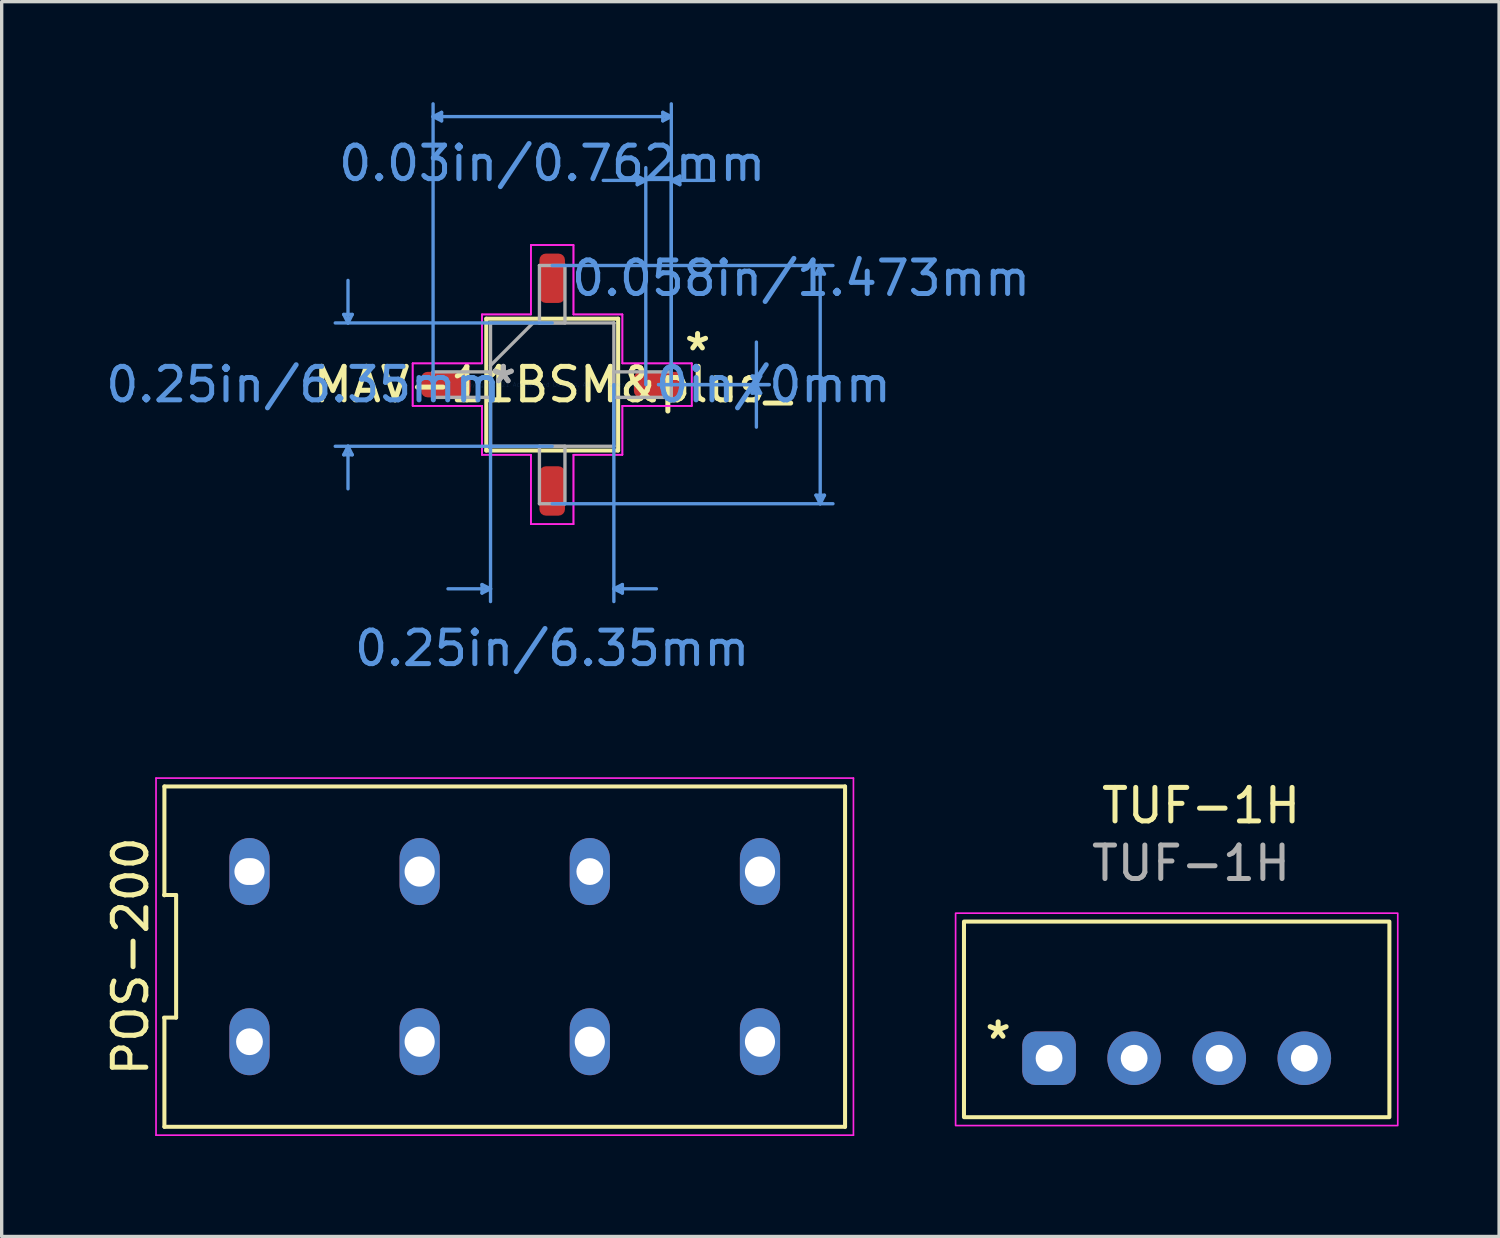
<source format=kicad_pcb>
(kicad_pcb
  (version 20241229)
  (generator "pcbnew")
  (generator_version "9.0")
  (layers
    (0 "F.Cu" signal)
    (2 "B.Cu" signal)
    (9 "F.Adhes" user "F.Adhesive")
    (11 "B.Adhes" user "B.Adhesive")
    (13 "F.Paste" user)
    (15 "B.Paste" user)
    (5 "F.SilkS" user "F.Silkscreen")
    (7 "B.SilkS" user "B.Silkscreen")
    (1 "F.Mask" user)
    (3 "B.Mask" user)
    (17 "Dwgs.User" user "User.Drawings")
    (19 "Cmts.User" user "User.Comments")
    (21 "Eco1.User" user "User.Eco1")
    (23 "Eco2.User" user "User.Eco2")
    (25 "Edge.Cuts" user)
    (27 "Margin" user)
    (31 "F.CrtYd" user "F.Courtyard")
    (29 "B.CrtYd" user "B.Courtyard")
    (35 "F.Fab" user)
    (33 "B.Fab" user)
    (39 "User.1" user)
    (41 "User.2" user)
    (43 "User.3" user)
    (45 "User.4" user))
  (footprint "POS-200"
    (layer "F.Cu")
    (at 12.018 25.509)
    (property "Reference" "POS-200" (at -11.17 -0.01 90) (layer "F.SilkS") (effects (font (size 1 1) (thickness 0.15))))
    (fp_line (start -10.17 1.82) (end -9.81 1.82) (stroke (width 0.12) (type solid)) (layer "F.SilkS"))
    (fp_line (start -10.16 -5.08) (end 10.16 -5.08) (stroke (width 0.12) (type solid)) (layer "F.SilkS"))
    (fp_line (start -10.16 -1.83) (end -10.16 -5.08) (stroke (width 0.12) (type solid)) (layer "F.SilkS"))
    (fp_line (start -10.16 5.08) (end -10.16 1.83) (stroke (width 0.12) (type solid)) (layer "F.SilkS"))
    (fp_line (start -9.81 -1.84) (end -10.17 -1.84) (stroke (width 0.12) (type solid)) (layer "F.SilkS"))
    (fp_line (start -9.81 1.82) (end -9.81 -1.84) (stroke (width 0.12) (type solid)) (layer "F.SilkS"))
    (fp_line (start 10.16 -5.08) (end 10.16 5.08) (stroke (width 0.12) (type solid)) (layer "F.SilkS"))
    (fp_line (start 10.16 5.08) (end -10.16 5.08) (stroke (width 0.12) (type solid)) (layer "F.SilkS"))
    (fp_line (start -10.41 -5.33) (end 10.41 -5.33) (stroke (width 0.05) (type solid)) (layer "F.CrtYd"))
    (fp_line (start -10.41 5.33) (end -10.41 -5.33) (stroke (width 0.05) (type solid)) (layer "F.CrtYd"))
    (fp_line (start 10.41 -5.33) (end 10.41 5.33) (stroke (width 0.05) (type solid)) (layer "F.CrtYd"))
    (fp_line (start 10.41 5.33) (end -10.41 5.33) (stroke (width 0.05) (type solid)) (layer "F.CrtYd"))
    (pad "1" thru_hole oval (at -7.62 2.54) (size 1.2 2) (drill 0.8) (layers "*.Cu" "*.Mask"))
    (pad "2" thru_hole oval (at -7.62 -2.54) (size 1.2 2) (drill oval 0.9 0.8) (layers "*.Cu" "*.Mask"))
    (pad "3" thru_hole oval (at -2.54 2.54) (size 1.2 2) (drill 0.9) (layers "*.Cu" "*.Mask"))
    (pad "4" thru_hole oval (at -2.54 -2.54) (size 1.2 2) (drill 0.9) (layers "*.Cu" "*.Mask"))
    (pad "5" thru_hole oval (at 2.54 2.54) (size 1.2 2) (drill 0.9) (layers "*.Cu" "*.Mask"))
    (pad "6" thru_hole oval (at 2.54 -2.54) (size 1.2 2) (drill 0.8) (layers "*.Cu" "*.Mask"))
    (pad "7" thru_hole oval (at 7.62 2.54) (size 1.2 2) (drill 0.9) (layers "*.Cu" "*.Mask"))
    (pad "8" thru_hole oval (at 7.62 -2.54) (size 1.2 2) (drill 0.9) (layers "*.Cu" "*.Mask")))
  (footprint "MAV-11BSM&plus_"
    (layer "F.Cu")
    (at 13.435 8.432)
    (property "Reference" "MAV-11BSM&plus_" (at 0 0 0) (layer "F.SilkS") (effects (font (size 1 1) (thickness 0.15))))
    (attr smd)
    (fp_line (start -1.968 -1.968) (end -1.968 1.968) (stroke (width 0.12) (type solid)) (layer "F.SilkS"))
    (fp_line (start -1.968 1.968) (end 1.968 1.968) (stroke (width 0.12) (type solid)) (layer "F.SilkS"))
    (fp_line (start 1.968 -1.968) (end -1.968 -1.968) (stroke (width 0.12) (type solid)) (layer "F.SilkS"))
    (fp_line (start 1.968 1.968) (end 1.968 -1.968) (stroke (width 0.12) (type solid)) (layer "F.SilkS"))
    (fp_line (start -6.223 -2.095) (end -5.969 -2.095) (stroke (width 0.1) (type solid)) (layer "Cmts.User"))
    (fp_line (start -6.223 2.095) (end -5.969 2.095) (stroke (width 0.1) (type solid)) (layer "Cmts.User"))
    (fp_line (start -6.096 -1.841) (end -6.223 -2.095) (stroke (width 0.1) (type solid)) (layer "Cmts.User"))
    (fp_line (start -6.096 -1.841) (end -6.096 -3.111) (stroke (width 0.1) (type solid)) (layer "Cmts.User"))
    (fp_line (start -6.096 -1.841) (end -5.969 -2.095) (stroke (width 0.1) (type solid)) (layer "Cmts.User"))
    (fp_line (start -6.096 1.841) (end -6.223 2.095) (stroke (width 0.1) (type solid)) (layer "Cmts.User"))
    (fp_line (start -6.096 1.841) (end -6.096 3.111) (stroke (width 0.1) (type solid)) (layer "Cmts.User"))
    (fp_line (start -6.096 1.841) (end -5.969 2.095) (stroke (width 0.1) (type solid)) (layer "Cmts.User"))
    (fp_line (start -3.556 -8.001) (end -3.302 -8.128) (stroke (width 0.1) (type solid)) (layer "Cmts.User"))
    (fp_line (start -3.556 -8.001) (end -3.302 -7.874) (stroke (width 0.1) (type solid)) (layer "Cmts.User"))
    (fp_line (start -3.556 -8.001) (end 3.556 -8.001) (stroke (width 0.1) (type solid)) (layer "Cmts.User"))
    (fp_line (start -3.556 0) (end -3.556 -8.382) (stroke (width 0.1) (type solid)) (layer "Cmts.User"))
    (fp_line (start -3.302 -8.128) (end -3.302 -7.874) (stroke (width 0.1) (type solid)) (layer "Cmts.User"))
    (fp_line (start -2.095 5.969) (end -2.095 6.223) (stroke (width 0.1) (type solid)) (layer "Cmts.User"))
    (fp_line (start -1.841 0) (end -1.841 6.477) (stroke (width 0.1) (type solid)) (layer "Cmts.User"))
    (fp_line (start -1.841 6.096) (end -3.111 6.096) (stroke (width 0.1) (type solid)) (layer "Cmts.User"))
    (fp_line (start -1.841 6.096) (end -2.095 5.969) (stroke (width 0.1) (type solid)) (layer "Cmts.User"))
    (fp_line (start -1.841 6.096) (end -2.095 6.223) (stroke (width 0.1) (type solid)) (layer "Cmts.User"))
    (fp_line (start 0 -3.556) (end 8.382 -3.556) (stroke (width 0.1) (type solid)) (layer "Cmts.User"))
    (fp_line (start 0 -1.841) (end -6.477 -1.841) (stroke (width 0.1) (type solid)) (layer "Cmts.User"))
    (fp_line (start 0 1.841) (end -6.477 1.841) (stroke (width 0.1) (type solid)) (layer "Cmts.User"))
    (fp_line (start 0 3.556) (end 8.382 3.556) (stroke (width 0.1) (type solid)) (layer "Cmts.User"))
    (fp_line (start 1.841 0) (end 1.841 6.477) (stroke (width 0.1) (type solid)) (layer "Cmts.User"))
    (fp_line (start 1.841 6.096) (end 2.095 5.969) (stroke (width 0.1) (type solid)) (layer "Cmts.User"))
    (fp_line (start 1.841 6.096) (end 2.095 6.223) (stroke (width 0.1) (type solid)) (layer "Cmts.User"))
    (fp_line (start 1.841 6.096) (end 3.111 6.096) (stroke (width 0.1) (type solid)) (layer "Cmts.User"))
    (fp_line (start 2.095 5.969) (end 2.095 6.223) (stroke (width 0.1) (type solid)) (layer "Cmts.User"))
    (fp_line (start 2.54 -6.223) (end 2.54 -5.969) (stroke (width 0.1) (type solid)) (layer "Cmts.User"))
    (fp_line (start 2.794 -6.096) (end 1.524 -6.096) (stroke (width 0.1) (type solid)) (layer "Cmts.User"))
    (fp_line (start 2.794 -6.096) (end 2.54 -6.223) (stroke (width 0.1) (type solid)) (layer "Cmts.User"))
    (fp_line (start 2.794 -6.096) (end 2.54 -5.969) (stroke (width 0.1) (type solid)) (layer "Cmts.User"))
    (fp_line (start 2.794 0) (end 2.794 -6.477) (stroke (width 0.1) (type solid)) (layer "Cmts.User"))
    (fp_line (start 3.175 0) (end 6.477 0) (stroke (width 0.1) (type solid)) (layer "Cmts.User"))
    (fp_line (start 3.175 0) (end 6.477 0) (stroke (width 0.1) (type solid)) (layer "Cmts.User"))
    (fp_line (start 3.302 -8.128) (end 3.302 -7.874) (stroke (width 0.1) (type solid)) (layer "Cmts.User"))
    (fp_line (start 3.556 -8.001) (end 3.302 -8.128) (stroke (width 0.1) (type solid)) (layer "Cmts.User"))
    (fp_line (start 3.556 -8.001) (end 3.302 -7.874) (stroke (width 0.1) (type solid)) (layer "Cmts.User"))
    (fp_line (start 3.556 -6.096) (end 3.81 -6.223) (stroke (width 0.1) (type solid)) (layer "Cmts.User"))
    (fp_line (start 3.556 -6.096) (end 3.81 -5.969) (stroke (width 0.1) (type solid)) (layer "Cmts.User"))
    (fp_line (start 3.556 -6.096) (end 4.826 -6.096) (stroke (width 0.1) (type solid)) (layer "Cmts.User"))
    (fp_line (start 3.556 0) (end 3.556 -8.382) (stroke (width 0.1) (type solid)) (layer "Cmts.User"))
    (fp_line (start 3.556 0) (end 3.556 -6.477) (stroke (width 0.1) (type solid)) (layer "Cmts.User"))
    (fp_line (start 3.81 -6.223) (end 3.81 -5.969) (stroke (width 0.1) (type solid)) (layer "Cmts.User"))
    (fp_line (start 5.969 -0.254) (end 6.223 -0.254) (stroke (width 0.1) (type solid)) (layer "Cmts.User"))
    (fp_line (start 5.969 0.254) (end 6.223 0.254) (stroke (width 0.1) (type solid)) (layer "Cmts.User"))
    (fp_line (start 6.096 0) (end 5.969 -0.254) (stroke (width 0.1) (type solid)) (layer "Cmts.User"))
    (fp_line (start 6.096 0) (end 5.969 0.254) (stroke (width 0.1) (type solid)) (layer "Cmts.User"))
    (fp_line (start 6.096 0) (end 6.096 -1.27) (stroke (width 0.1) (type solid)) (layer "Cmts.User"))
    (fp_line (start 6.096 0) (end 6.096 1.27) (stroke (width 0.1) (type solid)) (layer "Cmts.User"))
    (fp_line (start 6.096 0) (end 6.223 -0.254) (stroke (width 0.1) (type solid)) (layer "Cmts.User"))
    (fp_line (start 6.096 0) (end 6.223 0.254) (stroke (width 0.1) (type solid)) (layer "Cmts.User"))
    (fp_line (start 7.874 -3.302) (end 8.128 -3.302) (stroke (width 0.1) (type solid)) (layer "Cmts.User"))
    (fp_line (start 7.874 3.302) (end 8.128 3.302) (stroke (width 0.1) (type solid)) (layer "Cmts.User"))
    (fp_line (start 8.001 -3.556) (end 7.874 -3.302) (stroke (width 0.1) (type solid)) (layer "Cmts.User"))
    (fp_line (start 8.001 -3.556) (end 8.001 3.556) (stroke (width 0.1) (type solid)) (layer "Cmts.User"))
    (fp_line (start 8.001 -3.556) (end 8.128 -3.302) (stroke (width 0.1) (type solid)) (layer "Cmts.User"))
    (fp_line (start 8.001 3.556) (end 7.874 3.302) (stroke (width 0.1) (type solid)) (layer "Cmts.User"))
    (fp_line (start 8.001 3.556) (end 8.128 3.302) (stroke (width 0.1) (type solid)) (layer "Cmts.User"))
    (fp_line (start -4.166 -0.635) (end -2.095 -0.635) (stroke (width 0.05) (type solid)) (layer "F.CrtYd"))
    (fp_line (start -4.166 -0.635) (end -2.095 -0.635) (stroke (width 0.05) (type solid)) (layer "F.CrtYd"))
    (fp_line (start -4.166 0.635) (end -4.166 -0.635) (stroke (width 0.05) (type solid)) (layer "F.CrtYd"))
    (fp_line (start -4.166 0.635) (end -4.166 -0.635) (stroke (width 0.05) (type solid)) (layer "F.CrtYd"))
    (fp_line (start -2.095 -2.095) (end -0.635 -2.095) (stroke (width 0.05) (type solid)) (layer "F.CrtYd"))
    (fp_line (start -2.095 -2.095) (end -0.635 -2.095) (stroke (width 0.05) (type solid)) (layer "F.CrtYd"))
    (fp_line (start -2.095 -0.635) (end -2.095 -2.095) (stroke (width 0.05) (type solid)) (layer "F.CrtYd"))
    (fp_line (start -2.095 -0.635) (end -2.095 -2.095) (stroke (width 0.05) (type solid)) (layer "F.CrtYd"))
    (fp_line (start -2.095 0.635) (end -4.166 0.635) (stroke (width 0.05) (type solid)) (layer "F.CrtYd"))
    (fp_line (start -2.095 0.635) (end -4.166 0.635) (stroke (width 0.05) (type solid)) (layer "F.CrtYd"))
    (fp_line (start -2.095 2.095) (end -2.095 0.635) (stroke (width 0.05) (type solid)) (layer "F.CrtYd"))
    (fp_line (start -2.095 2.095) (end -2.095 0.635) (stroke (width 0.05) (type solid)) (layer "F.CrtYd"))
    (fp_line (start -2.095 2.095) (end -0.635 2.095) (stroke (width 0.05) (type solid)) (layer "F.CrtYd"))
    (fp_line (start -0.635 -4.166) (end 0.635 -4.166) (stroke (width 0.05) (type solid)) (layer "F.CrtYd"))
    (fp_line (start -0.635 -4.166) (end 0.635 -4.166) (stroke (width 0.05) (type solid)) (layer "F.CrtYd"))
    (fp_line (start -0.635 -2.095) (end -0.635 -4.166) (stroke (width 0.05) (type solid)) (layer "F.CrtYd"))
    (fp_line (start -0.635 -2.095) (end -0.635 -4.166) (stroke (width 0.05) (type solid)) (layer "F.CrtYd"))
    (fp_line (start -0.635 2.095) (end -2.095 2.095) (stroke (width 0.05) (type solid)) (layer "F.CrtYd"))
    (fp_line (start -0.635 2.095) (end -0.635 4.166) (stroke (width 0.05) (type solid)) (layer "F.CrtYd"))
    (fp_line (start -0.635 4.166) (end -0.635 2.095) (stroke (width 0.05) (type solid)) (layer "F.CrtYd"))
    (fp_line (start -0.635 4.166) (end 0.635 4.166) (stroke (width 0.05) (type solid)) (layer "F.CrtYd"))
    (fp_line (start 0.635 -4.166) (end 0.635 -2.095) (stroke (width 0.05) (type solid)) (layer "F.CrtYd"))
    (fp_line (start 0.635 -4.166) (end 0.635 -2.095) (stroke (width 0.05) (type solid)) (layer "F.CrtYd"))
    (fp_line (start 0.635 -2.095) (end 2.095 -2.095) (stroke (width 0.05) (type solid)) (layer "F.CrtYd"))
    (fp_line (start 0.635 -2.095) (end 2.095 -2.095) (stroke (width 0.05) (type solid)) (layer "F.CrtYd"))
    (fp_line (start 0.635 2.095) (end 0.635 4.166) (stroke (width 0.05) (type solid)) (layer "F.CrtYd"))
    (fp_line (start 0.635 2.095) (end 2.095 2.095) (stroke (width 0.05) (type solid)) (layer "F.CrtYd"))
    (fp_line (start 0.635 4.166) (end -0.635 4.166) (stroke (width 0.05) (type solid)) (layer "F.CrtYd"))
    (fp_line (start 0.635 4.166) (end 0.635 2.095) (stroke (width 0.05) (type solid)) (layer "F.CrtYd"))
    (fp_line (start 2.095 -2.095) (end 2.095 -0.635) (stroke (width 0.05) (type solid)) (layer "F.CrtYd"))
    (fp_line (start 2.095 -0.635) (end 2.095 -2.095) (stroke (width 0.05) (type solid)) (layer "F.CrtYd"))
    (fp_line (start 2.095 -0.635) (end 4.166 -0.635) (stroke (width 0.05) (type solid)) (layer "F.CrtYd"))
    (fp_line (start 2.095 0.635) (end 2.095 2.095) (stroke (width 0.05) (type solid)) (layer "F.CrtYd"))
    (fp_line (start 2.095 0.635) (end 4.166 0.635) (stroke (width 0.05) (type solid)) (layer "F.CrtYd"))
    (fp_line (start 2.095 2.095) (end 0.635 2.095) (stroke (width 0.05) (type solid)) (layer "F.CrtYd"))
    (fp_line (start 2.095 2.095) (end 2.095 0.635) (stroke (width 0.05) (type solid)) (layer "F.CrtYd"))
    (fp_line (start 4.166 -0.635) (end 2.095 -0.635) (stroke (width 0.05) (type solid)) (layer "F.CrtYd"))
    (fp_line (start 4.166 -0.635) (end 4.166 0.635) (stroke (width 0.05) (type solid)) (layer "F.CrtYd"))
    (fp_line (start 4.166 0.635) (end 2.095 0.635) (stroke (width 0.05) (type solid)) (layer "F.CrtYd"))
    (fp_line (start 4.166 0.635) (end 4.166 -0.635) (stroke (width 0.05) (type solid)) (layer "F.CrtYd"))
    (fp_line (start -3.556 -0.381) (end -3.556 0.381) (stroke (width 0.1) (type solid)) (layer "F.Fab"))
    (fp_line (start -3.556 0.381) (end -1.841 0.381) (stroke (width 0.1) (type solid)) (layer "F.Fab"))
    (fp_line (start -1.841 -1.841) (end -1.841 -1.841) (stroke (width 0.1) (type solid)) (layer "F.Fab"))
    (fp_line (start -1.841 -1.841) (end -1.841 1.841) (stroke (width 0.1) (type solid)) (layer "F.Fab"))
    (fp_line (start -1.841 -0.572) (end -0.572 -1.841) (stroke (width 0.1) (type solid)) (layer "F.Fab"))
    (fp_line (start -1.841 -0.381) (end -3.556 -0.381) (stroke (width 0.1) (type solid)) (layer "F.Fab"))
    (fp_line (start -1.841 0.381) (end -1.841 -0.381) (stroke (width 0.1) (type solid)) (layer "F.Fab"))
    (fp_line (start -1.841 1.841) (end -1.841 1.841) (stroke (width 0.1) (type solid)) (layer "F.Fab"))
    (fp_line (start -1.841 1.841) (end 1.841 1.841) (stroke (width 0.1) (type solid)) (layer "F.Fab"))
    (fp_line (start -0.381 -3.556) (end -0.381 -1.841) (stroke (width 0.1) (type solid)) (layer "F.Fab"))
    (fp_line (start -0.381 -1.841) (end 0.381 -1.841) (stroke (width 0.1) (type solid)) (layer "F.Fab"))
    (fp_line (start -0.381 1.841) (end -0.381 3.556) (stroke (width 0.1) (type solid)) (layer "F.Fab"))
    (fp_line (start -0.381 3.556) (end 0.381 3.556) (stroke (width 0.1) (type solid)) (layer "F.Fab"))
    (fp_line (start 0.381 -3.556) (end -0.381 -3.556) (stroke (width 0.1) (type solid)) (layer "F.Fab"))
    (fp_line (start 0.381 -1.841) (end 0.381 -3.556) (stroke (width 0.1) (type solid)) (layer "F.Fab"))
    (fp_line (start 0.381 1.841) (end -0.381 1.841) (stroke (width 0.1) (type solid)) (layer "F.Fab"))
    (fp_line (start 0.381 3.556) (end 0.381 1.841) (stroke (width 0.1) (type solid)) (layer "F.Fab"))
    (fp_line (start 1.841 -1.841) (end -1.841 -1.841) (stroke (width 0.1) (type solid)) (layer "F.Fab"))
    (fp_line (start 1.841 -1.841) (end 1.841 -1.841) (stroke (width 0.1) (type solid)) (layer "F.Fab"))
    (fp_line (start 1.841 -0.381) (end 1.841 0.381) (stroke (width 0.1) (type solid)) (layer "F.Fab"))
    (fp_line (start 1.841 0.381) (end 3.556 0.381) (stroke (width 0.1) (type solid)) (layer "F.Fab"))
    (fp_line (start 1.841 1.841) (end 1.841 -1.841) (stroke (width 0.1) (type solid)) (layer "F.Fab"))
    (fp_line (start 1.841 1.841) (end 1.841 1.841) (stroke (width 0.1) (type solid)) (layer "F.Fab"))
    (fp_line (start 3.556 -0.381) (end 1.841 -0.381) (stroke (width 0.1) (type solid)) (layer "F.Fab"))
    (fp_line (start 3.556 0.381) (end 3.556 -0.381) (stroke (width 0.1) (type solid)) (layer "F.Fab"))
    (fp_text user "*" (at 4.34 -0.98 0) (layer "F.SilkS") (effects (font (size 1 1) (thickness 0.15))))
    (fp_text user "0.25in/6.35mm" (at 0 7.874 0) (layer "Cmts.User") (effects (font (size 1 1) (thickness 0.15))))
    (fp_text user "Copyright 2021 Accelerated Designs. All rights reserved." (at 0 0 0) (layer "Cmts.User") (effects (font (size 0.127 0.127) (thickness 0.002))))
    (fp_text user "0in/0mm" (at 6.604 0 0) (layer "Cmts.User") (effects (font (size 1 1) (thickness 0.15))))
    (fp_text user "0.03in/0.762mm" (at 0 -6.604 0) (layer "Cmts.User") (effects (font (size 1 1) (thickness 0.15))))
    (fp_text user "0.25in/6.35mm" (at -7.429 0 0) (layer "Cmts.User") (effects (font (size 1 1) (thickness 0.15))))
    (fp_text user "0.058in/1.473mm" (at 7.429 -3.175 0) (layer "Cmts.User") (effects (font (size 1 1) (thickness 0.15))))
    (fp_text user "*" (at -1.46 0 0) (layer "F.Fab") (effects (font (size 1 1) (thickness 0.15))))
    (fp_text user "*" (at -1.46 0 0) (layer "F.Fab") (effects (font (size 1 1) (thickness 0.15))))
    (pad "1" smd roundrect (at -3.175 0 90) (size 0.762 1.473) (layers "F.Cu" "F.Mask" "F.Paste") (roundrect_rratio 0.25))
    (pad "2" smd roundrect (at 0 3.175) (size 0.762 1.473) (layers "F.Cu" "F.Mask" "F.Paste") (roundrect_rratio 0.25))
    (pad "3" smd roundrect (at 3.175 0 90) (size 0.762 1.473) (layers "F.Cu" "F.Mask" "F.Paste") (roundrect_rratio 0.25))
    (pad "4" smd roundrect (at 0 -3.175) (size 0.762 1.473) (layers "F.Cu" "F.Mask" "F.Paste") (roundrect_rratio 0.25)))
  (footprint "TUF-1H"
    (layer "F.Cu")
    (at 28.268 26.242)
    (property "Reference" "TUF-1H" (at 4.54 -5.24 0) (unlocked yes) (layer "F.SilkS") (effects (font (size 1 1) (thickness 0.15))))
    (attr through_hole)
    (fp_rect (start -2.54 -1.78) (end 10.16 4.06) (stroke (width 0.12) (type solid)) (fill no) (layer "F.SilkS"))
    (fp_rect (start -2.79 -2.03) (end 10.41 4.31) (stroke (width 0.05) (type solid)) (fill no) (layer "F.CrtYd"))
    (fp_text user "*" (at -1.52 1.76 0) (unlocked yes) (layer "F.SilkS") (effects (font (size 1 1) (thickness 0.15))))
    (fp_text user "${REFERENCE}" (at 4.24 -3.52 0) (unlocked yes) (layer "F.Fab") (effects (font (size 1 1) (thickness 0.15))))
    (pad "1" thru_hole roundrect (at 0 2.3) (size 1.6 1.6) (drill 0.8) (layers "*.Cu" "*.Mask") (roundrect_rratio 0.25))
    (pad "2" thru_hole circle (at 2.54 2.3) (size 1.6 1.6) (drill 0.8) (layers "*.Cu" "*.Mask"))
    (pad "3" thru_hole circle (at 5.08 2.3) (size 1.6 1.6) (drill 0.8) (layers "*.Cu" "*.Mask"))
    (pad "4" thru_hole circle (at 7.62 2.3) (size 1.6 1.6) (drill 0.8) (layers "*.Cu" "*.Mask")))
  (gr_rect
    (start -3 -3)
    (end 41.703 33.864)
    (stroke (width 0.1) (type default))
    (fill no)
    (layer "Edge.Cuts")))
</source>
